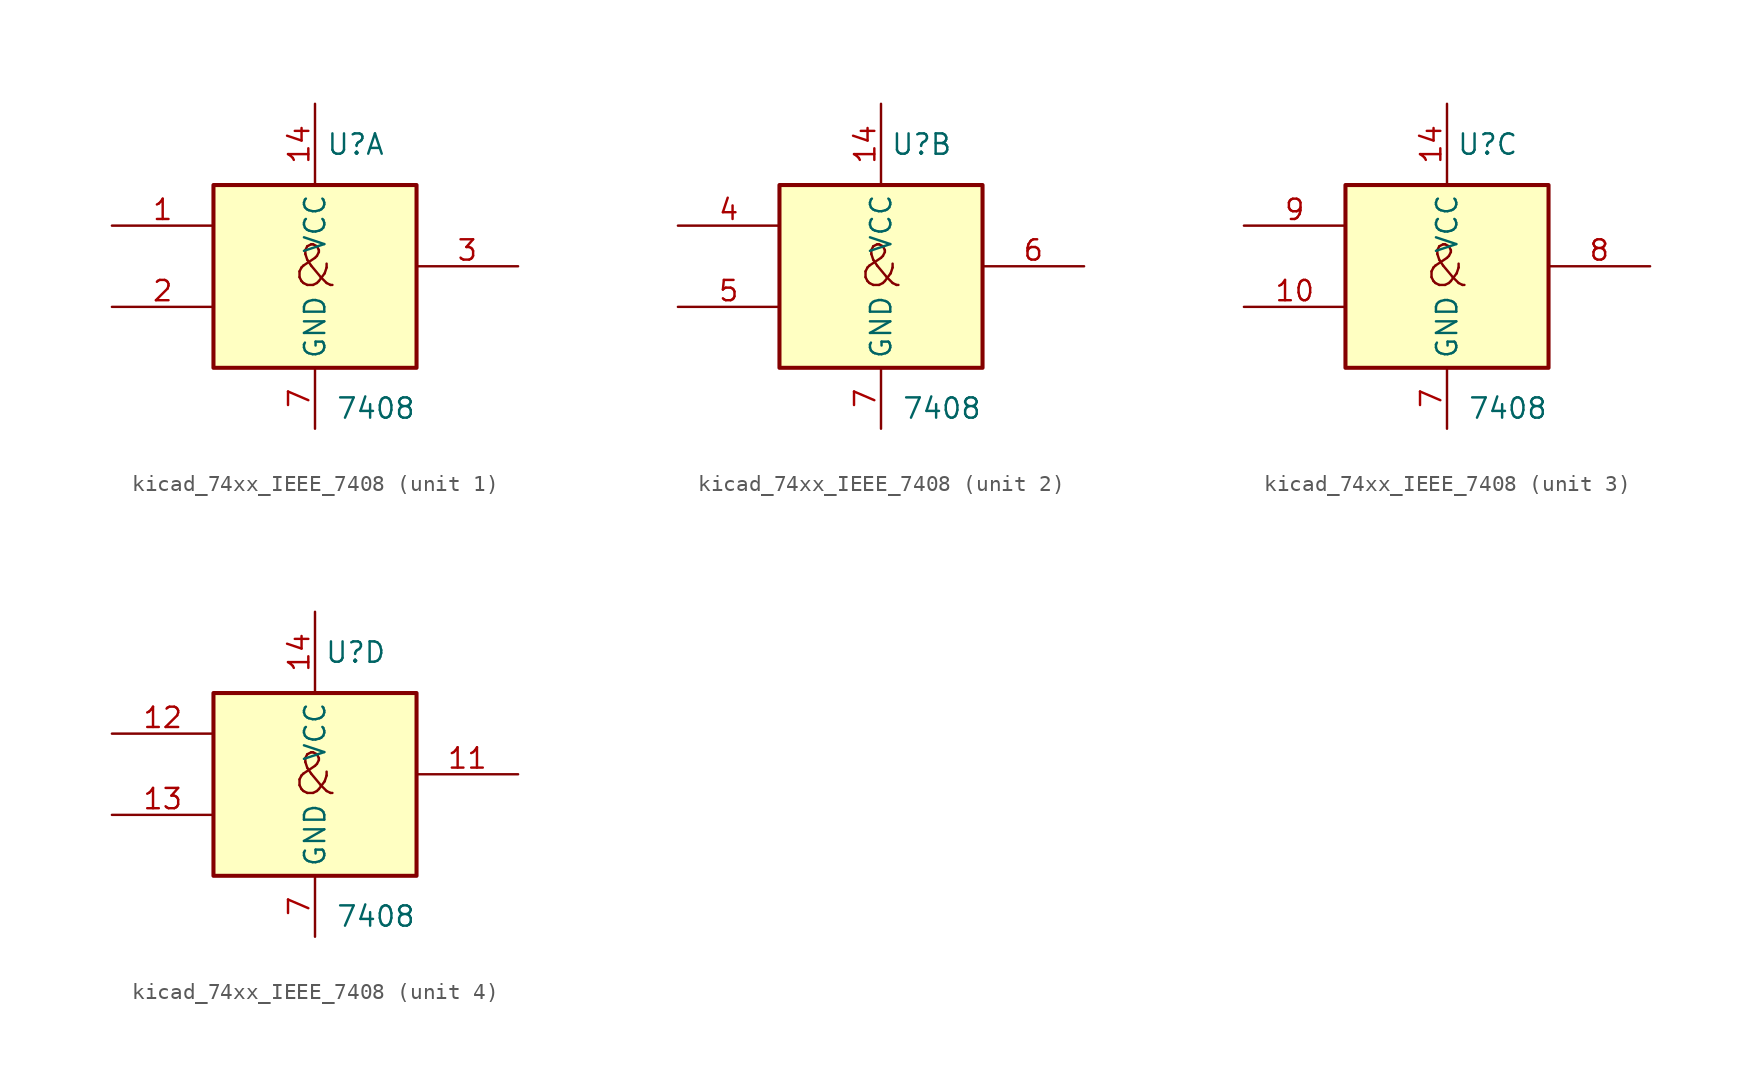
<source format=kicad_sym>
(kicad_symbol_lib
  (version 20220914)
  (generator kicad_symbol_editor)
  (symbol "kicad_74xx_IEEE_7408"
    (property "Reference" "U"
      (at 2.54 7.62 0)
      (effects (font (size 1.27 1.27))))
    (property "Value" "7408"
      (at 3.81 -8.89 0)
      (effects (font (size 1.27 1.27))))
    (symbol "kicad_74xx_IEEE_7408_0_1"
      (rectangle (start -6.35 5.08) (end 6.35 -6.35) (stroke (width 0.254) (type default)) (fill (type background)))
      (text "&" (at 0 0 0) (effects (font (size 2.54 2.54))))
      (pin power_in line (at 0 10.16 270) (length 5.08) (name "VCC" (effects (font (size 1.27 1.27)))) (number "14" (effects (font (size 1.27 1.27)))))
      (pin power_in line (at 0 -10.16 90) (length 3.81) (name "GND" (effects (font (size 1.27 1.27)))) (number "7" (effects (font (size 1.27 1.27))))))
    (symbol "kicad_74xx_IEEE_7408_1_1"
      (pin input line (at -12.7 2.54 0) (length 6.35) (name "~" (effects (font (size 1.27 1.27)))) (number "1" (effects (font (size 1.27 1.27)))))
      (pin input line (at -12.7 -2.54 0) (length 6.35) (name "~" (effects (font (size 1.27 1.27)))) (number "2" (effects (font (size 1.27 1.27)))))
      (pin output line (at 12.7 0 180) (length 6.35) (name "~" (effects (font (size 1.27 1.27)))) (number "3" (effects (font (size 1.27 1.27))))))
    (symbol "kicad_74xx_IEEE_7408_2_1"
      (pin input line (at -12.7 2.54 0) (length 6.35) (name "~" (effects (font (size 1.27 1.27)))) (number "4" (effects (font (size 1.27 1.27)))))
      (pin input line (at -12.7 -2.54 0) (length 6.35) (name "~" (effects (font (size 1.27 1.27)))) (number "5" (effects (font (size 1.27 1.27)))))
      (pin input line (at 12.7 0 180) (length 6.35) (name "~" (effects (font (size 1.27 1.27)))) (number "6" (effects (font (size 1.27 1.27))))))
    (symbol "kicad_74xx_IEEE_7408_3_1"
      (pin input line (at -12.7 -2.54 0) (length 6.35) (name "~" (effects (font (size 1.27 1.27)))) (number "10" (effects (font (size 1.27 1.27)))))
      (pin input line (at 12.7 0 180) (length 6.35) (name "~" (effects (font (size 1.27 1.27)))) (number "8" (effects (font (size 1.27 1.27)))))
      (pin input line (at -12.7 2.54 0) (length 6.35) (name "~" (effects (font (size 1.27 1.27)))) (number "9" (effects (font (size 1.27 1.27))))))
    (symbol "kicad_74xx_IEEE_7408_4_1"
      (pin input line (at 12.7 0 180) (length 6.35) (name "~" (effects (font (size 1.27 1.27)))) (number "11" (effects (font (size 1.27 1.27)))))
      (pin input line (at -12.7 2.54 0) (length 6.35) (name "~" (effects (font (size 1.27 1.27)))) (number "12" (effects (font (size 1.27 1.27)))))
      (pin input line (at -12.7 -2.54 0) (length 6.35) (name "~" (effects (font (size 1.27 1.27)))) (number "13" (effects (font (size 1.27 1.27))))))))
</source>
